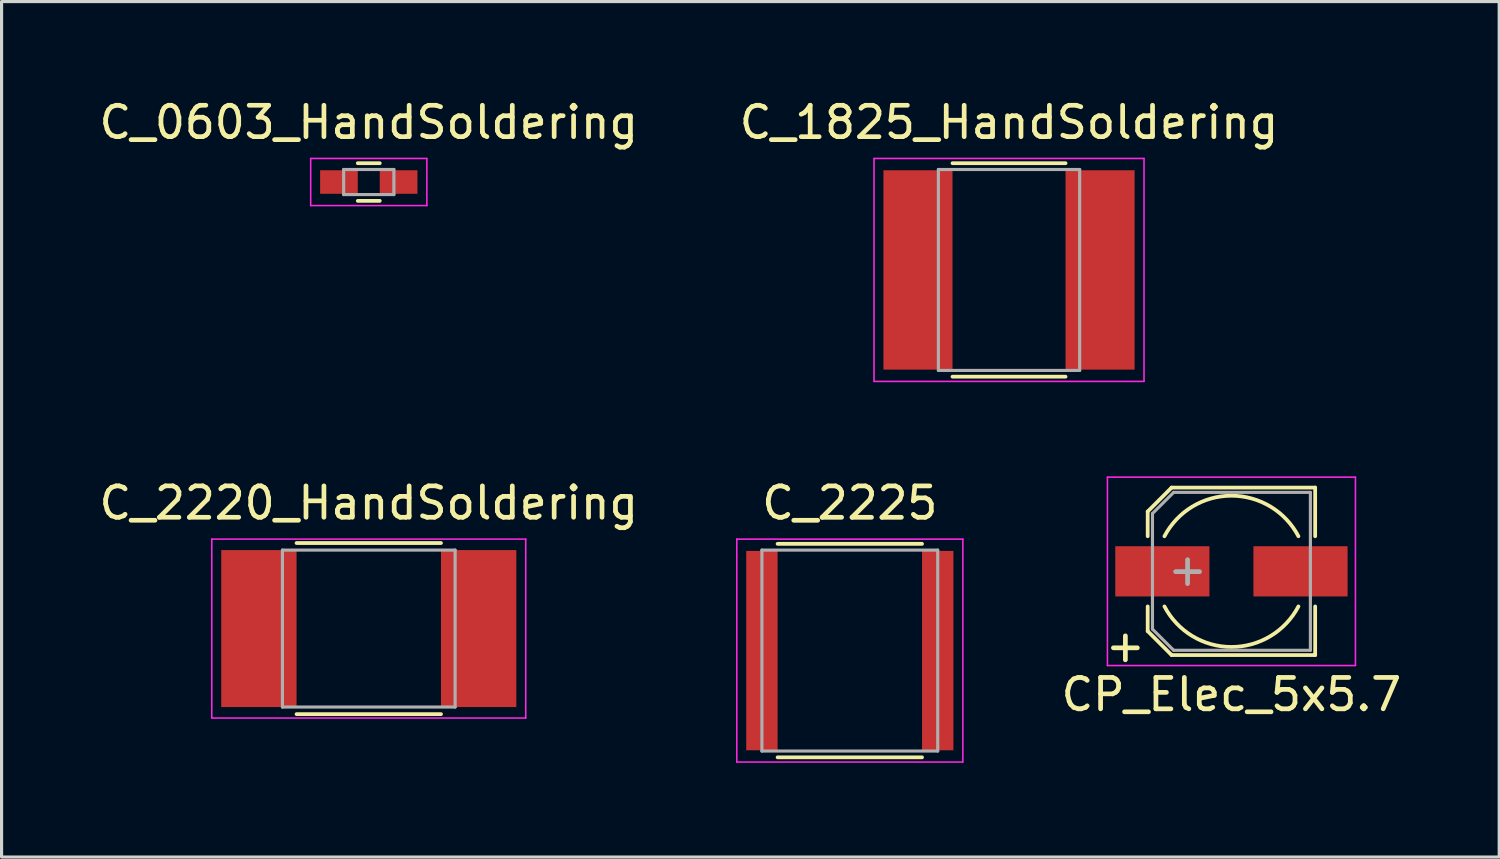
<source format=kicad_pcb>
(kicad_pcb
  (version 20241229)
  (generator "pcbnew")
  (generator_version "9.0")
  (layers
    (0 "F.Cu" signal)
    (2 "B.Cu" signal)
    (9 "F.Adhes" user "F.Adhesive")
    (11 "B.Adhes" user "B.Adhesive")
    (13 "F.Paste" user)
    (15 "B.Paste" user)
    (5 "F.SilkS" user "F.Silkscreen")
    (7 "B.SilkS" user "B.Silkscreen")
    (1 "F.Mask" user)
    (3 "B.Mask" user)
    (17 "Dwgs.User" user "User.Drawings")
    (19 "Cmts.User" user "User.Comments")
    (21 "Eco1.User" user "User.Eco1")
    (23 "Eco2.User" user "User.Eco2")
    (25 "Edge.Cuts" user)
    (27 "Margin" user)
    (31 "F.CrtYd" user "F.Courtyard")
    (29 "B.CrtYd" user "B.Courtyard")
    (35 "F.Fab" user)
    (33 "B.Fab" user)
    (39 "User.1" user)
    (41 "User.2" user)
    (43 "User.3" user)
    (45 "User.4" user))
  (footprint "C_2225"
    (layer "F.Cu")
    (at 24.018 17.672)
    (property "Reference" "C_2225" (at 0 -4.7 0) (layer "F.SilkS") (effects (font (size 1 1) (thickness 0.15))))
    (attr smd)
    (fp_line (start -2.3 3.4) (end 2.3 3.4) (stroke (width 0.12) (type solid)) (layer "F.SilkS"))
    (fp_line (start 2.3 -3.4) (end -2.3 -3.4) (stroke (width 0.12) (type solid)) (layer "F.SilkS"))
    (fp_line (start -3.6 -3.55) (end -3.6 3.55) (stroke (width 0.05) (type solid)) (layer "F.CrtYd"))
    (fp_line (start -3.6 -3.55) (end 3.6 -3.55) (stroke (width 0.05) (type solid)) (layer "F.CrtYd"))
    (fp_line (start -3.6 3.55) (end 3.6 3.55) (stroke (width 0.05) (type solid)) (layer "F.CrtYd"))
    (fp_line (start 3.6 -3.55) (end 3.6 3.55) (stroke (width 0.05) (type solid)) (layer "F.CrtYd"))
    (fp_line (start -2.8 -3.2) (end 2.8 -3.2) (stroke (width 0.1) (type solid)) (layer "F.Fab"))
    (fp_line (start -2.8 3.2) (end -2.8 -3.2) (stroke (width 0.1) (type solid)) (layer "F.Fab"))
    (fp_line (start 2.8 -3.2) (end 2.8 3.2) (stroke (width 0.1) (type solid)) (layer "F.Fab"))
    (fp_line (start 2.8 3.2) (end -2.8 3.2) (stroke (width 0.1) (type solid)) (layer "F.Fab"))
    (pad "1" smd rect (at -2.8 0) (size 1 6.35) (layers "F.Cu" "F.Mask" "F.Paste"))
    (pad "2" smd rect (at 2.8 0) (size 1 6.35) (layers "F.Cu" "F.Mask" "F.Paste")))
  (footprint "C_0603_HandSoldering"
    (layer "F.Cu")
    (at 8.696 2.748)
    (property "Reference" "C_0603_HandSoldering" (at 0 -1.9 0) (layer "F.SilkS") (effects (font (size 1 1) (thickness 0.15))))
    (attr smd)
    (fp_line (start -0.35 -0.6) (end 0.35 -0.6) (stroke (width 0.12) (type solid)) (layer "F.SilkS"))
    (fp_line (start 0.35 0.6) (end -0.35 0.6) (stroke (width 0.12) (type solid)) (layer "F.SilkS"))
    (fp_line (start -1.85 -0.75) (end -1.85 0.75) (stroke (width 0.05) (type solid)) (layer "F.CrtYd"))
    (fp_line (start -1.85 -0.75) (end 1.85 -0.75) (stroke (width 0.05) (type solid)) (layer "F.CrtYd"))
    (fp_line (start -1.85 0.75) (end 1.85 0.75) (stroke (width 0.05) (type solid)) (layer "F.CrtYd"))
    (fp_line (start 1.85 -0.75) (end 1.85 0.75) (stroke (width 0.05) (type solid)) (layer "F.CrtYd"))
    (fp_line (start -0.8 -0.4) (end 0.8 -0.4) (stroke (width 0.1) (type solid)) (layer "F.Fab"))
    (fp_line (start -0.8 0.4) (end -0.8 -0.4) (stroke (width 0.1) (type solid)) (layer "F.Fab"))
    (fp_line (start 0.8 -0.4) (end 0.8 0.4) (stroke (width 0.1) (type solid)) (layer "F.Fab"))
    (fp_line (start 0.8 0.4) (end -0.8 0.4) (stroke (width 0.1) (type solid)) (layer "F.Fab"))
    (pad "1" smd rect (at -0.95 0) (size 1.2 0.75) (layers "F.Cu" "F.Mask" "F.Paste"))
    (pad "2" smd rect (at 0.95 0) (size 1.2 0.75) (layers "F.Cu" "F.Mask" "F.Paste")))
  (footprint "C_1825_HandSoldering"
    (layer "F.Cu")
    (at 29.089 5.548)
    (property "Reference" "C_1825_HandSoldering" (at 0 -4.7 0) (layer "F.SilkS") (effects (font (size 1 1) (thickness 0.15))))
    (attr smd)
    (fp_line (start -1.8 3.4) (end 1.8 3.4) (stroke (width 0.12) (type solid)) (layer "F.SilkS"))
    (fp_line (start 1.8 -3.4) (end -1.8 -3.4) (stroke (width 0.12) (type solid)) (layer "F.SilkS"))
    (fp_line (start -4.3 -3.55) (end -4.3 3.55) (stroke (width 0.05) (type solid)) (layer "F.CrtYd"))
    (fp_line (start -4.3 -3.55) (end 4.3 -3.55) (stroke (width 0.05) (type solid)) (layer "F.CrtYd"))
    (fp_line (start -4.3 3.55) (end 4.3 3.55) (stroke (width 0.05) (type solid)) (layer "F.CrtYd"))
    (fp_line (start 4.3 -3.55) (end 4.3 3.55) (stroke (width 0.05) (type solid)) (layer "F.CrtYd"))
    (fp_line (start -2.25 -3.2) (end 2.25 -3.2) (stroke (width 0.1) (type solid)) (layer "F.Fab"))
    (fp_line (start -2.25 3.2) (end -2.25 -3.2) (stroke (width 0.1) (type solid)) (layer "F.Fab"))
    (fp_line (start 2.25 -3.2) (end 2.25 3.2) (stroke (width 0.1) (type solid)) (layer "F.Fab"))
    (fp_line (start 2.25 3.2) (end -2.25 3.2) (stroke (width 0.1) (type solid)) (layer "F.Fab"))
    (pad "1" smd rect (at -2.9 0) (size 2.2 6.35) (layers "F.Cu" "F.Mask" "F.Paste"))
    (pad "2" smd rect (at 2.9 0) (size 2.2 6.35) (layers "F.Cu" "F.Mask" "F.Paste")))
  (footprint "CP_Elec_5x5.7"
    (layer "F.Cu")
    (at 36.173 15.148)
    (property "Reference" "CP_Elec_5x5.7" (at 0 3.924 0) (layer "F.SilkS") (effects (font (size 1 1) (thickness 0.15))))
    (attr smd)
    (fp_line (start -2.667 -1.905) (end -2.667 -1.118) (stroke (width 0.12) (type solid)) (layer "F.SilkS"))
    (fp_line (start -2.667 1.905) (end -2.667 1.118) (stroke (width 0.12) (type solid)) (layer "F.SilkS"))
    (fp_line (start -2.667 1.905) (end -1.905 2.667) (stroke (width 0.12) (type solid)) (layer "F.SilkS"))
    (fp_line (start -1.905 -2.667) (end -2.667 -1.905) (stroke (width 0.12) (type solid)) (layer "F.SilkS"))
    (fp_line (start -1.905 2.667) (end 2.667 2.667) (stroke (width 0.12) (type solid)) (layer "F.SilkS"))
    (fp_line (start 2.667 -2.667) (end -1.905 -2.667) (stroke (width 0.12) (type solid)) (layer "F.SilkS"))
    (fp_line (start 2.667 -2.667) (end 2.667 -1.118) (stroke (width 0.12) (type solid)) (layer "F.SilkS"))
    (fp_line (start 2.667 2.667) (end 2.667 1.118) (stroke (width 0.12) (type solid)) (layer "F.SilkS"))
    (fp_arc (start -2.1336 -1.1176) (mid 0 -2.408584) (end 2.1336 -1.1176) (stroke (width 0.12) (type solid)) (layer "F.SilkS"))
    (fp_arc (start 2.1336 1.1176) (mid 0 2.408584) (end -2.1336 1.1176) (stroke (width 0.12) (type solid)) (layer "F.SilkS"))
    (fp_line (start -3.95 -3) (end -3.95 3) (stroke (width 0.05) (type solid)) (layer "F.CrtYd"))
    (fp_line (start -3.95 3) (end 3.95 3) (stroke (width 0.05) (type solid)) (layer "F.CrtYd"))
    (fp_line (start 3.95 -3) (end -3.95 -3) (stroke (width 0.05) (type solid)) (layer "F.CrtYd"))
    (fp_line (start 3.95 3) (end 3.95 -3) (stroke (width 0.05) (type solid)) (layer "F.CrtYd"))
    (fp_line (start -2.515 -1.841) (end -2.515 1.841) (stroke (width 0.1) (type solid)) (layer "F.Fab"))
    (fp_line (start -2.515 1.841) (end -1.841 2.515) (stroke (width 0.1) (type solid)) (layer "F.Fab"))
    (fp_line (start -1.841 -2.515) (end -2.515 -1.841) (stroke (width 0.1) (type solid)) (layer "F.Fab"))
    (fp_line (start -1.841 2.515) (end 2.515 2.515) (stroke (width 0.1) (type solid)) (layer "F.Fab"))
    (fp_line (start 2.515 -2.515) (end -1.841 -2.515) (stroke (width 0.1) (type solid)) (layer "F.Fab"))
    (fp_line (start 2.515 2.515) (end 2.515 -2.515) (stroke (width 0.1) (type solid)) (layer "F.Fab"))
    (fp_text user "+" (at -3.378 2.362 0) (layer "F.SilkS") (effects (font (size 1 1) (thickness 0.15))))
    (fp_text user "+" (at -1.397 -0.064 0) (layer "F.Fab") (effects (font (size 1 1) (thickness 0.15))))
    (pad "1" smd rect (at -2.2 0 180) (size 3 1.6) (layers "F.Cu" "F.Mask" "F.Paste"))
    (pad "2" smd rect (at 2.2 0 180) (size 3 1.6) (layers "F.Cu" "F.Mask" "F.Paste")))
  (footprint "C_2220_HandSoldering"
    (layer "F.Cu")
    (at 8.696 16.971)
    (property "Reference" "C_2220_HandSoldering" (at 0 -4 0) (layer "F.SilkS") (effects (font (size 1 1) (thickness 0.15))))
    (attr smd)
    (fp_line (start -2.3 2.725) (end 2.3 2.725) (stroke (width 0.12) (type solid)) (layer "F.SilkS"))
    (fp_line (start 2.3 -2.725) (end -2.3 -2.725) (stroke (width 0.12) (type solid)) (layer "F.SilkS"))
    (fp_line (start -5 -2.85) (end -5 2.85) (stroke (width 0.05) (type solid)) (layer "F.CrtYd"))
    (fp_line (start -5 -2.85) (end 5 -2.85) (stroke (width 0.05) (type solid)) (layer "F.CrtYd"))
    (fp_line (start -5 2.85) (end 5 2.85) (stroke (width 0.05) (type solid)) (layer "F.CrtYd"))
    (fp_line (start 5 -2.85) (end 5 2.85) (stroke (width 0.05) (type solid)) (layer "F.CrtYd"))
    (fp_line (start -2.75 -2.5) (end 2.75 -2.5) (stroke (width 0.1) (type solid)) (layer "F.Fab"))
    (fp_line (start -2.75 2.5) (end -2.75 -2.5) (stroke (width 0.1) (type solid)) (layer "F.Fab"))
    (fp_line (start 2.75 -2.5) (end 2.75 2.5) (stroke (width 0.1) (type solid)) (layer "F.Fab"))
    (fp_line (start 2.75 2.5) (end -2.75 2.5) (stroke (width 0.1) (type solid)) (layer "F.Fab"))
    (pad "1" smd rect (at -3.5 0) (size 2.4 5) (layers "F.Cu" "F.Mask" "F.Paste"))
    (pad "2" smd rect (at 3.5 0) (size 2.4 5) (layers "F.Cu" "F.Mask" "F.Paste")))
  (gr_rect
    (start -3 -3)
    (end 44.702 24.247)
    (stroke (width 0.1) (type default))
    (fill no)
    (layer "Edge.Cuts")))
</source>
